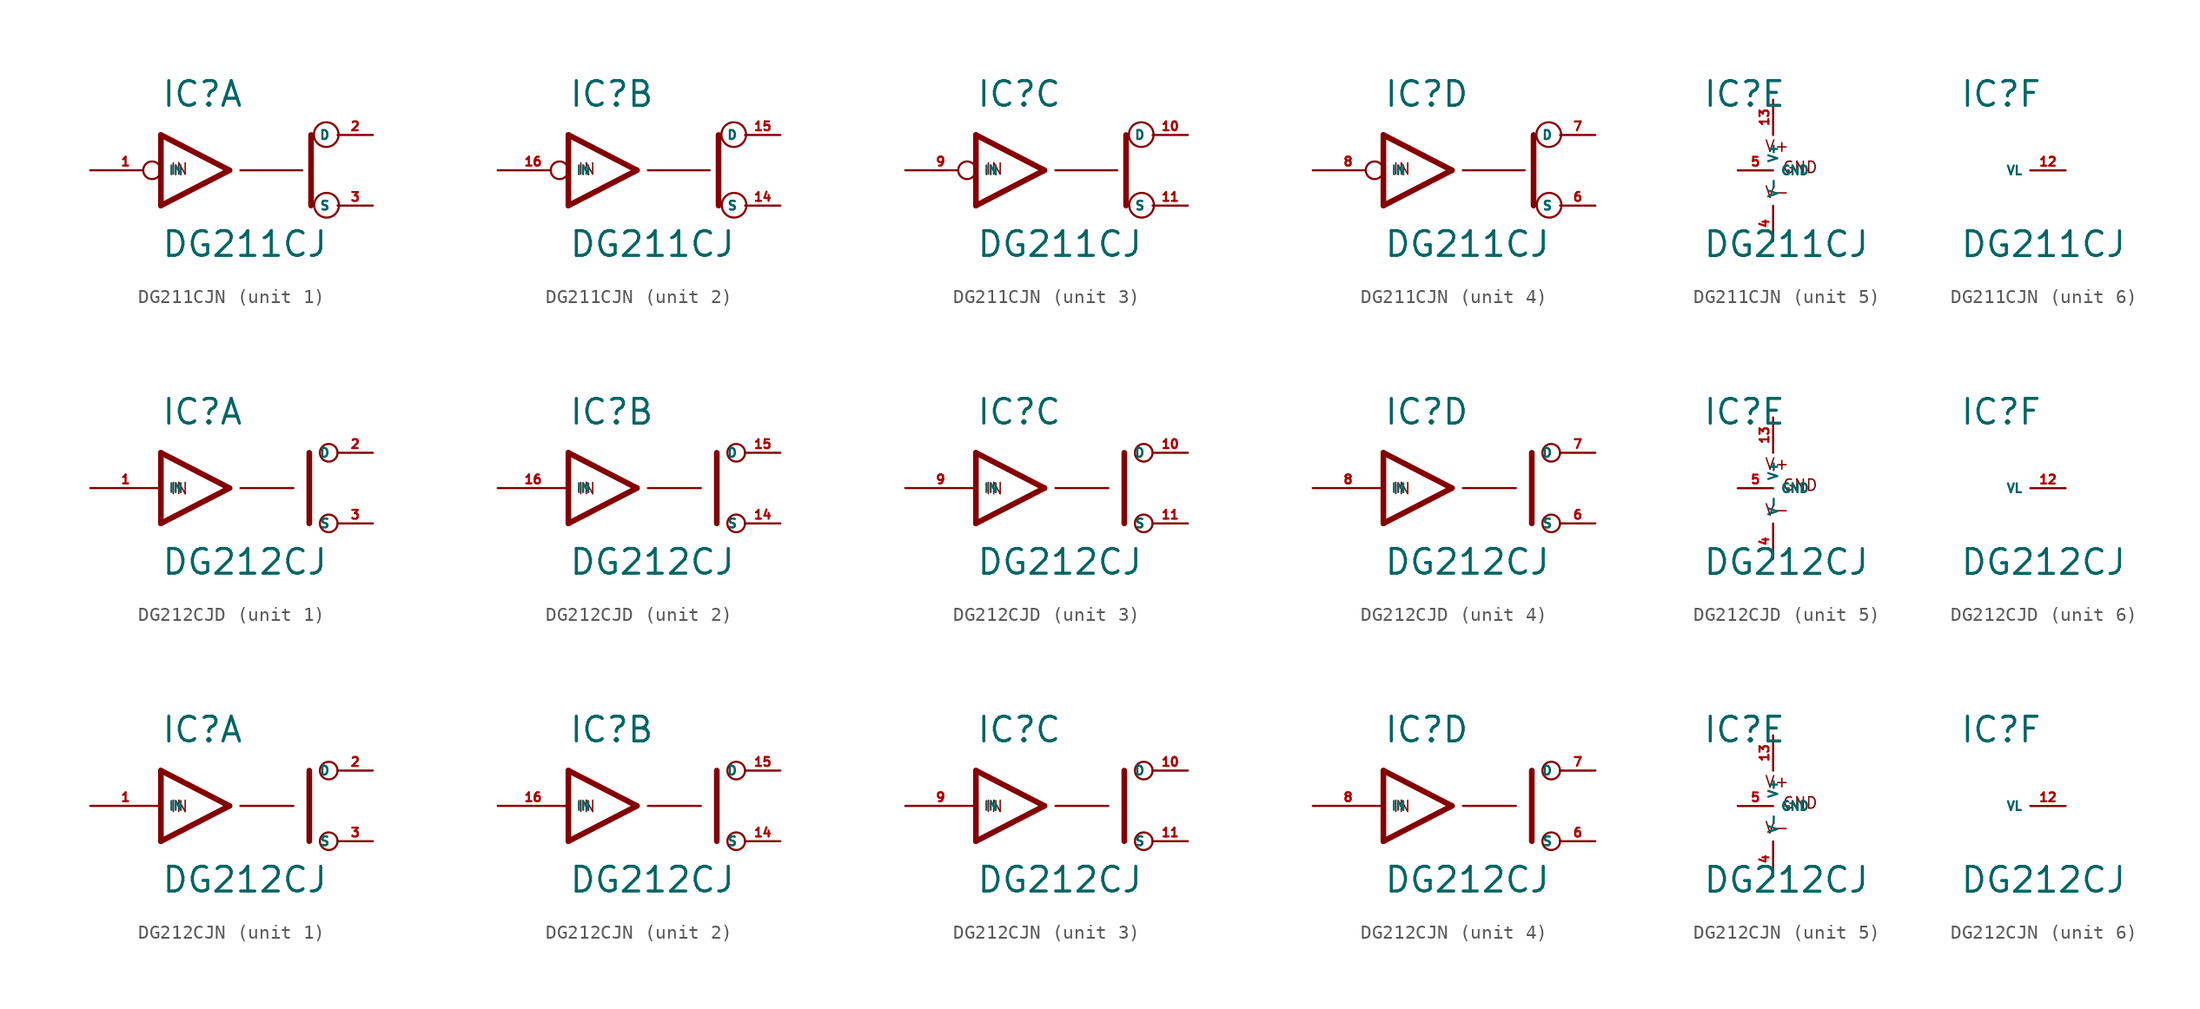
<source format=kicad_sym>
(kicad_symbol_lib
  (version 20220914)
  (generator Eagle2Kicad)
  (symbol "DG211CJN"
    (property "Reference" "IC"
      (at -5.08 4.445 0)
      (effects (font (size 1.778 1.778) (thickness 0.22)) (justify left bottom)))
    (property "Value" "DG211CJ"
      (at -5.08 -6.35 0)
      (effects (font (size 1.778 1.778) (thickness 0.22)) (justify left bottom)))
    (symbol "DG211CJN_1_0"
      (polyline (pts (xy -0.152 0) (xy -5.08 2.54)) (stroke (width 0.406) (type default)) (fill (type none)))
      (polyline (pts (xy -5.08 -2.54) (xy -0.152 0)) (stroke (width 0.406) (type default)) (fill (type none)))
      (polyline (pts (xy -5.08 2.54) (xy -5.08 -2.54)) (stroke (width 0.406) (type default)) (fill (type none)))
      (polyline (pts (xy 5.715 -2.54) (xy 5.715 2.54)) (stroke (width 0.406) (type default)) (fill (type none)))
      (polyline (pts (xy 0.635 0) (xy 5.08 0)) (stroke (width 0.152) (type default)) (fill (type none)))
      (text "IN" (at -4.445 -0.381 0) (effects (font (size 0.813 0.813) (thickness 0.10)) (justify left bottom)))
      (circle (center 6.833 -2.515) (radius 0.889) (stroke (width 0.152) (type default)) (fill (type none)))
      (circle (center 6.807 2.565) (radius 0.889) (stroke (width 0.152) (type default)) (fill (type none)))
      (pin bidirectional line (at 10.16 2.54 180) (length 2.54) (name "D" (effects (font (size 0.635 0.635) (thickness 0.08)) (justify left bottom))) (number "2" (effects (font (size 0.635 0.635) (thickness 0.08)) (justify left bottom))))
      (pin input inverted (at -10.16 0 0) (length 5.08) (name "IN" (effects (font (size 0.635 0.635) (thickness 0.08)) (justify left bottom))) (number "1" (effects (font (size 0.635 0.635) (thickness 0.08)) (justify left bottom))))
      (pin bidirectional line (at 10.16 -2.54 180) (length 2.54) (name "S" (effects (font (size 0.635 0.635) (thickness 0.08)) (justify left bottom))) (number "3" (effects (font (size 0.635 0.635) (thickness 0.08)) (justify left bottom)))))
    (symbol "DG211CJN_2_0"
      (polyline (pts (xy -0.152 0) (xy -5.08 2.54)) (stroke (width 0.406) (type default)) (fill (type none)))
      (polyline (pts (xy -5.08 -2.54) (xy -0.152 0)) (stroke (width 0.406) (type default)) (fill (type none)))
      (polyline (pts (xy -5.08 2.54) (xy -5.08 -2.54)) (stroke (width 0.406) (type default)) (fill (type none)))
      (polyline (pts (xy 5.715 -2.54) (xy 5.715 2.54)) (stroke (width 0.406) (type default)) (fill (type none)))
      (polyline (pts (xy 0.635 0) (xy 5.08 0)) (stroke (width 0.152) (type default)) (fill (type none)))
      (text "IN" (at -4.445 -0.381 0) (effects (font (size 0.813 0.813) (thickness 0.10)) (justify left bottom)))
      (circle (center 6.833 -2.515) (radius 0.889) (stroke (width 0.152) (type default)) (fill (type none)))
      (circle (center 6.807 2.565) (radius 0.889) (stroke (width 0.152) (type default)) (fill (type none)))
      (pin bidirectional line (at 10.16 2.54 180) (length 2.54) (name "D" (effects (font (size 0.635 0.635) (thickness 0.08)) (justify left bottom))) (number "15" (effects (font (size 0.635 0.635) (thickness 0.08)) (justify left bottom))))
      (pin input inverted (at -10.16 0 0) (length 5.08) (name "IN" (effects (font (size 0.635 0.635) (thickness 0.08)) (justify left bottom))) (number "16" (effects (font (size 0.635 0.635) (thickness 0.08)) (justify left bottom))))
      (pin bidirectional line (at 10.16 -2.54 180) (length 2.54) (name "S" (effects (font (size 0.635 0.635) (thickness 0.08)) (justify left bottom))) (number "14" (effects (font (size 0.635 0.635) (thickness 0.08)) (justify left bottom)))))
    (symbol "DG211CJN_3_0"
      (polyline (pts (xy -0.152 0) (xy -5.08 2.54)) (stroke (width 0.406) (type default)) (fill (type none)))
      (polyline (pts (xy -5.08 -2.54) (xy -0.152 0)) (stroke (width 0.406) (type default)) (fill (type none)))
      (polyline (pts (xy -5.08 2.54) (xy -5.08 -2.54)) (stroke (width 0.406) (type default)) (fill (type none)))
      (polyline (pts (xy 5.715 -2.54) (xy 5.715 2.54)) (stroke (width 0.406) (type default)) (fill (type none)))
      (polyline (pts (xy 0.635 0) (xy 5.08 0)) (stroke (width 0.152) (type default)) (fill (type none)))
      (text "IN" (at -4.445 -0.381 0) (effects (font (size 0.813 0.813) (thickness 0.10)) (justify left bottom)))
      (circle (center 6.833 -2.515) (radius 0.889) (stroke (width 0.152) (type default)) (fill (type none)))
      (circle (center 6.807 2.565) (radius 0.889) (stroke (width 0.152) (type default)) (fill (type none)))
      (pin bidirectional line (at 10.16 2.54 180) (length 2.54) (name "D" (effects (font (size 0.635 0.635) (thickness 0.08)) (justify left bottom))) (number "10" (effects (font (size 0.635 0.635) (thickness 0.08)) (justify left bottom))))
      (pin input inverted (at -10.16 0 0) (length 5.08) (name "IN" (effects (font (size 0.635 0.635) (thickness 0.08)) (justify left bottom))) (number "9" (effects (font (size 0.635 0.635) (thickness 0.08)) (justify left bottom))))
      (pin bidirectional line (at 10.16 -2.54 180) (length 2.54) (name "S" (effects (font (size 0.635 0.635) (thickness 0.08)) (justify left bottom))) (number "11" (effects (font (size 0.635 0.635) (thickness 0.08)) (justify left bottom)))))
    (symbol "DG211CJN_4_0"
      (polyline (pts (xy -0.152 0) (xy -5.08 2.54)) (stroke (width 0.406) (type default)) (fill (type none)))
      (polyline (pts (xy -5.08 -2.54) (xy -0.152 0)) (stroke (width 0.406) (type default)) (fill (type none)))
      (polyline (pts (xy -5.08 2.54) (xy -5.08 -2.54)) (stroke (width 0.406) (type default)) (fill (type none)))
      (polyline (pts (xy 5.715 -2.54) (xy 5.715 2.54)) (stroke (width 0.406) (type default)) (fill (type none)))
      (polyline (pts (xy 0.635 0) (xy 5.08 0)) (stroke (width 0.152) (type default)) (fill (type none)))
      (text "IN" (at -4.445 -0.381 0) (effects (font (size 0.813 0.813) (thickness 0.10)) (justify left bottom)))
      (circle (center 6.833 -2.515) (radius 0.889) (stroke (width 0.152) (type default)) (fill (type none)))
      (circle (center 6.807 2.565) (radius 0.889) (stroke (width 0.152) (type default)) (fill (type none)))
      (pin bidirectional line (at 10.16 2.54 180) (length 2.54) (name "D" (effects (font (size 0.635 0.635) (thickness 0.08)) (justify left bottom))) (number "7" (effects (font (size 0.635 0.635) (thickness 0.08)) (justify left bottom))))
      (pin input inverted (at -10.16 0 0) (length 5.08) (name "IN" (effects (font (size 0.635 0.635) (thickness 0.08)) (justify left bottom))) (number "8" (effects (font (size 0.635 0.635) (thickness 0.08)) (justify left bottom))))
      (pin bidirectional line (at 10.16 -2.54 180) (length 2.54) (name "S" (effects (font (size 0.635 0.635) (thickness 0.08)) (justify left bottom))) (number "6" (effects (font (size 0.635 0.635) (thickness 0.08)) (justify left bottom)))))
    (symbol "DG211CJN_5_0"
      (text "V+" (at -0.635 1.27 0) (effects (font (size 0.813 0.813) (thickness 0.10)) (justify left bottom)))
      (text "V-" (at -0.635 -2.032 0) (effects (font (size 0.813 0.813) (thickness 0.10)) (justify left bottom)))
      (text "GND" (at 0.635 -0.254 0) (effects (font (size 0.813 0.813) (thickness 0.10)) (justify left bottom)))
      (pin unspecified line (at 0 5.08 270) (length 2.54) (name "V+" (effects (font (size 0.635 0.635) (thickness 0.08)) (justify left bottom))) (number "13" (effects (font (size 0.635 0.635) (thickness 0.08)) (justify left bottom))))
      (pin unspecified line (at 0 -5.08 90) (length 2.54) (name "V-" (effects (font (size 0.635 0.635) (thickness 0.08)) (justify left bottom))) (number "4" (effects (font (size 0.635 0.635) (thickness 0.08)) (justify left bottom))))
      (pin unspecified line (at -2.54 0 0) (length 2.54) (name "GND" (effects (font (size 0.635 0.635) (thickness 0.08)) (justify left bottom))) (number "5" (effects (font (size 0.635 0.635) (thickness 0.08)) (justify left bottom)))))
    (symbol "DG211CJN_6_0"
      (pin input line (at 2.54 0 180) (length 2.54) (name "VL" (effects (font (size 0.635 0.635) (thickness 0.08)) (justify left bottom))) (number "12" (effects (font (size 0.635 0.635) (thickness 0.08)) (justify left bottom))))))
  (symbol "DG212CJD"
    (property "Reference" "IC"
      (at -5.08 4.445 0)
      (effects (font (size 1.778 1.778) (thickness 0.22)) (justify left bottom)))
    (property "Value" "DG212CJ"
      (at -5.08 -6.35 0)
      (effects (font (size 1.778 1.778) (thickness 0.22)) (justify left bottom)))
    (symbol "DG212CJD_1_0"
      (polyline (pts (xy -0.152 0) (xy -5.08 2.54)) (stroke (width 0.406) (type default)) (fill (type none)))
      (polyline (pts (xy -5.08 -2.54) (xy -0.152 0)) (stroke (width 0.406) (type default)) (fill (type none)))
      (polyline (pts (xy -5.08 2.54) (xy -5.08 -2.54)) (stroke (width 0.406) (type default)) (fill (type none)))
      (polyline (pts (xy 5.588 -2.54) (xy 5.588 2.54)) (stroke (width 0.406) (type default)) (fill (type none)))
      (polyline (pts (xy 0.635 0) (xy 4.445 0)) (stroke (width 0.152) (type default)) (fill (type none)))
      (text "IN" (at -4.445 -0.508 0) (effects (font (size 0.813 0.813) (thickness 0.10)) (justify left bottom)))
      (circle (center 6.985 2.54) (radius 0.635) (stroke (width 0.152) (type default)) (fill (type none)))
      (circle (center 6.985 -2.54) (radius 0.635) (stroke (width 0.152) (type default)) (fill (type none)))
      (pin bidirectional line (at 10.16 2.54 180) (length 2.54) (name "D" (effects (font (size 0.635 0.635) (thickness 0.08)) (justify left bottom))) (number "2" (effects (font (size 0.635 0.635) (thickness 0.08)) (justify left bottom))))
      (pin input line (at -10.16 0 0) (length 5.08) (name "IN" (effects (font (size 0.635 0.635) (thickness 0.08)) (justify left bottom))) (number "1" (effects (font (size 0.635 0.635) (thickness 0.08)) (justify left bottom))))
      (pin bidirectional line (at 10.16 -2.54 180) (length 2.54) (name "S" (effects (font (size 0.635 0.635) (thickness 0.08)) (justify left bottom))) (number "3" (effects (font (size 0.635 0.635) (thickness 0.08)) (justify left bottom)))))
    (symbol "DG212CJD_2_0"
      (polyline (pts (xy -0.152 0) (xy -5.08 2.54)) (stroke (width 0.406) (type default)) (fill (type none)))
      (polyline (pts (xy -5.08 -2.54) (xy -0.152 0)) (stroke (width 0.406) (type default)) (fill (type none)))
      (polyline (pts (xy -5.08 2.54) (xy -5.08 -2.54)) (stroke (width 0.406) (type default)) (fill (type none)))
      (polyline (pts (xy 5.588 -2.54) (xy 5.588 2.54)) (stroke (width 0.406) (type default)) (fill (type none)))
      (polyline (pts (xy 0.635 0) (xy 4.445 0)) (stroke (width 0.152) (type default)) (fill (type none)))
      (text "IN" (at -4.445 -0.508 0) (effects (font (size 0.813 0.813) (thickness 0.10)) (justify left bottom)))
      (circle (center 6.985 2.54) (radius 0.635) (stroke (width 0.152) (type default)) (fill (type none)))
      (circle (center 6.985 -2.54) (radius 0.635) (stroke (width 0.152) (type default)) (fill (type none)))
      (pin bidirectional line (at 10.16 2.54 180) (length 2.54) (name "D" (effects (font (size 0.635 0.635) (thickness 0.08)) (justify left bottom))) (number "15" (effects (font (size 0.635 0.635) (thickness 0.08)) (justify left bottom))))
      (pin input line (at -10.16 0 0) (length 5.08) (name "IN" (effects (font (size 0.635 0.635) (thickness 0.08)) (justify left bottom))) (number "16" (effects (font (size 0.635 0.635) (thickness 0.08)) (justify left bottom))))
      (pin bidirectional line (at 10.16 -2.54 180) (length 2.54) (name "S" (effects (font (size 0.635 0.635) (thickness 0.08)) (justify left bottom))) (number "14" (effects (font (size 0.635 0.635) (thickness 0.08)) (justify left bottom)))))
    (symbol "DG212CJD_3_0"
      (polyline (pts (xy -0.152 0) (xy -5.08 2.54)) (stroke (width 0.406) (type default)) (fill (type none)))
      (polyline (pts (xy -5.08 -2.54) (xy -0.152 0)) (stroke (width 0.406) (type default)) (fill (type none)))
      (polyline (pts (xy -5.08 2.54) (xy -5.08 -2.54)) (stroke (width 0.406) (type default)) (fill (type none)))
      (polyline (pts (xy 5.588 -2.54) (xy 5.588 2.54)) (stroke (width 0.406) (type default)) (fill (type none)))
      (polyline (pts (xy 0.635 0) (xy 4.445 0)) (stroke (width 0.152) (type default)) (fill (type none)))
      (text "IN" (at -4.445 -0.508 0) (effects (font (size 0.813 0.813) (thickness 0.10)) (justify left bottom)))
      (circle (center 6.985 2.54) (radius 0.635) (stroke (width 0.152) (type default)) (fill (type none)))
      (circle (center 6.985 -2.54) (radius 0.635) (stroke (width 0.152) (type default)) (fill (type none)))
      (pin bidirectional line (at 10.16 2.54 180) (length 2.54) (name "D" (effects (font (size 0.635 0.635) (thickness 0.08)) (justify left bottom))) (number "10" (effects (font (size 0.635 0.635) (thickness 0.08)) (justify left bottom))))
      (pin input line (at -10.16 0 0) (length 5.08) (name "IN" (effects (font (size 0.635 0.635) (thickness 0.08)) (justify left bottom))) (number "9" (effects (font (size 0.635 0.635) (thickness 0.08)) (justify left bottom))))
      (pin bidirectional line (at 10.16 -2.54 180) (length 2.54) (name "S" (effects (font (size 0.635 0.635) (thickness 0.08)) (justify left bottom))) (number "11" (effects (font (size 0.635 0.635) (thickness 0.08)) (justify left bottom)))))
    (symbol "DG212CJD_4_0"
      (polyline (pts (xy -0.152 0) (xy -5.08 2.54)) (stroke (width 0.406) (type default)) (fill (type none)))
      (polyline (pts (xy -5.08 -2.54) (xy -0.152 0)) (stroke (width 0.406) (type default)) (fill (type none)))
      (polyline (pts (xy -5.08 2.54) (xy -5.08 -2.54)) (stroke (width 0.406) (type default)) (fill (type none)))
      (polyline (pts (xy 5.588 -2.54) (xy 5.588 2.54)) (stroke (width 0.406) (type default)) (fill (type none)))
      (polyline (pts (xy 0.635 0) (xy 4.445 0)) (stroke (width 0.152) (type default)) (fill (type none)))
      (text "IN" (at -4.445 -0.508 0) (effects (font (size 0.813 0.813) (thickness 0.10)) (justify left bottom)))
      (circle (center 6.985 2.54) (radius 0.635) (stroke (width 0.152) (type default)) (fill (type none)))
      (circle (center 6.985 -2.54) (radius 0.635) (stroke (width 0.152) (type default)) (fill (type none)))
      (pin bidirectional line (at 10.16 2.54 180) (length 2.54) (name "D" (effects (font (size 0.635 0.635) (thickness 0.08)) (justify left bottom))) (number "7" (effects (font (size 0.635 0.635) (thickness 0.08)) (justify left bottom))))
      (pin input line (at -10.16 0 0) (length 5.08) (name "IN" (effects (font (size 0.635 0.635) (thickness 0.08)) (justify left bottom))) (number "8" (effects (font (size 0.635 0.635) (thickness 0.08)) (justify left bottom))))
      (pin bidirectional line (at 10.16 -2.54 180) (length 2.54) (name "S" (effects (font (size 0.635 0.635) (thickness 0.08)) (justify left bottom))) (number "6" (effects (font (size 0.635 0.635) (thickness 0.08)) (justify left bottom)))))
    (symbol "DG212CJD_5_0"
      (text "V+" (at -0.635 1.27 0) (effects (font (size 0.813 0.813) (thickness 0.10)) (justify left bottom)))
      (text "V-" (at -0.635 -2.032 0) (effects (font (size 0.813 0.813) (thickness 0.10)) (justify left bottom)))
      (text "GND" (at 0.635 -0.254 0) (effects (font (size 0.813 0.813) (thickness 0.10)) (justify left bottom)))
      (pin unspecified line (at 0 5.08 270) (length 2.54) (name "V+" (effects (font (size 0.635 0.635) (thickness 0.08)) (justify left bottom))) (number "13" (effects (font (size 0.635 0.635) (thickness 0.08)) (justify left bottom))))
      (pin unspecified line (at 0 -5.08 90) (length 2.54) (name "V-" (effects (font (size 0.635 0.635) (thickness 0.08)) (justify left bottom))) (number "4" (effects (font (size 0.635 0.635) (thickness 0.08)) (justify left bottom))))
      (pin unspecified line (at -2.54 0 0) (length 2.54) (name "GND" (effects (font (size 0.635 0.635) (thickness 0.08)) (justify left bottom))) (number "5" (effects (font (size 0.635 0.635) (thickness 0.08)) (justify left bottom)))))
    (symbol "DG212CJD_6_0"
      (pin input line (at 2.54 0 180) (length 2.54) (name "VL" (effects (font (size 0.635 0.635) (thickness 0.08)) (justify left bottom))) (number "12" (effects (font (size 0.635 0.635) (thickness 0.08)) (justify left bottom))))))
  (symbol "DG212CJN"
    (property "Reference" "IC"
      (at -5.08 4.445 0)
      (effects (font (size 1.778 1.778) (thickness 0.22)) (justify left bottom)))
    (property "Value" "DG212CJ"
      (at -5.08 -6.35 0)
      (effects (font (size 1.778 1.778) (thickness 0.22)) (justify left bottom)))
    (symbol "DG212CJN_1_0"
      (polyline (pts (xy -0.152 0) (xy -5.08 2.54)) (stroke (width 0.406) (type default)) (fill (type none)))
      (polyline (pts (xy -5.08 -2.54) (xy -0.152 0)) (stroke (width 0.406) (type default)) (fill (type none)))
      (polyline (pts (xy -5.08 2.54) (xy -5.08 -2.54)) (stroke (width 0.406) (type default)) (fill (type none)))
      (polyline (pts (xy 5.588 -2.54) (xy 5.588 2.54)) (stroke (width 0.406) (type default)) (fill (type none)))
      (polyline (pts (xy 0.635 0) (xy 4.445 0)) (stroke (width 0.152) (type default)) (fill (type none)))
      (text "IN" (at -4.445 -0.508 0) (effects (font (size 0.813 0.813) (thickness 0.10)) (justify left bottom)))
      (circle (center 6.985 2.54) (radius 0.635) (stroke (width 0.152) (type default)) (fill (type none)))
      (circle (center 6.985 -2.54) (radius 0.635) (stroke (width 0.152) (type default)) (fill (type none)))
      (pin bidirectional line (at 10.16 2.54 180) (length 2.54) (name "D" (effects (font (size 0.635 0.635) (thickness 0.08)) (justify left bottom))) (number "2" (effects (font (size 0.635 0.635) (thickness 0.08)) (justify left bottom))))
      (pin input line (at -10.16 0 0) (length 5.08) (name "IN" (effects (font (size 0.635 0.635) (thickness 0.08)) (justify left bottom))) (number "1" (effects (font (size 0.635 0.635) (thickness 0.08)) (justify left bottom))))
      (pin bidirectional line (at 10.16 -2.54 180) (length 2.54) (name "S" (effects (font (size 0.635 0.635) (thickness 0.08)) (justify left bottom))) (number "3" (effects (font (size 0.635 0.635) (thickness 0.08)) (justify left bottom)))))
    (symbol "DG212CJN_2_0"
      (polyline (pts (xy -0.152 0) (xy -5.08 2.54)) (stroke (width 0.406) (type default)) (fill (type none)))
      (polyline (pts (xy -5.08 -2.54) (xy -0.152 0)) (stroke (width 0.406) (type default)) (fill (type none)))
      (polyline (pts (xy -5.08 2.54) (xy -5.08 -2.54)) (stroke (width 0.406) (type default)) (fill (type none)))
      (polyline (pts (xy 5.588 -2.54) (xy 5.588 2.54)) (stroke (width 0.406) (type default)) (fill (type none)))
      (polyline (pts (xy 0.635 0) (xy 4.445 0)) (stroke (width 0.152) (type default)) (fill (type none)))
      (text "IN" (at -4.445 -0.508 0) (effects (font (size 0.813 0.813) (thickness 0.10)) (justify left bottom)))
      (circle (center 6.985 2.54) (radius 0.635) (stroke (width 0.152) (type default)) (fill (type none)))
      (circle (center 6.985 -2.54) (radius 0.635) (stroke (width 0.152) (type default)) (fill (type none)))
      (pin bidirectional line (at 10.16 2.54 180) (length 2.54) (name "D" (effects (font (size 0.635 0.635) (thickness 0.08)) (justify left bottom))) (number "15" (effects (font (size 0.635 0.635) (thickness 0.08)) (justify left bottom))))
      (pin input line (at -10.16 0 0) (length 5.08) (name "IN" (effects (font (size 0.635 0.635) (thickness 0.08)) (justify left bottom))) (number "16" (effects (font (size 0.635 0.635) (thickness 0.08)) (justify left bottom))))
      (pin bidirectional line (at 10.16 -2.54 180) (length 2.54) (name "S" (effects (font (size 0.635 0.635) (thickness 0.08)) (justify left bottom))) (number "14" (effects (font (size 0.635 0.635) (thickness 0.08)) (justify left bottom)))))
    (symbol "DG212CJN_3_0"
      (polyline (pts (xy -0.152 0) (xy -5.08 2.54)) (stroke (width 0.406) (type default)) (fill (type none)))
      (polyline (pts (xy -5.08 -2.54) (xy -0.152 0)) (stroke (width 0.406) (type default)) (fill (type none)))
      (polyline (pts (xy -5.08 2.54) (xy -5.08 -2.54)) (stroke (width 0.406) (type default)) (fill (type none)))
      (polyline (pts (xy 5.588 -2.54) (xy 5.588 2.54)) (stroke (width 0.406) (type default)) (fill (type none)))
      (polyline (pts (xy 0.635 0) (xy 4.445 0)) (stroke (width 0.152) (type default)) (fill (type none)))
      (text "IN" (at -4.445 -0.508 0) (effects (font (size 0.813 0.813) (thickness 0.10)) (justify left bottom)))
      (circle (center 6.985 2.54) (radius 0.635) (stroke (width 0.152) (type default)) (fill (type none)))
      (circle (center 6.985 -2.54) (radius 0.635) (stroke (width 0.152) (type default)) (fill (type none)))
      (pin bidirectional line (at 10.16 2.54 180) (length 2.54) (name "D" (effects (font (size 0.635 0.635) (thickness 0.08)) (justify left bottom))) (number "10" (effects (font (size 0.635 0.635) (thickness 0.08)) (justify left bottom))))
      (pin input line (at -10.16 0 0) (length 5.08) (name "IN" (effects (font (size 0.635 0.635) (thickness 0.08)) (justify left bottom))) (number "9" (effects (font (size 0.635 0.635) (thickness 0.08)) (justify left bottom))))
      (pin bidirectional line (at 10.16 -2.54 180) (length 2.54) (name "S" (effects (font (size 0.635 0.635) (thickness 0.08)) (justify left bottom))) (number "11" (effects (font (size 0.635 0.635) (thickness 0.08)) (justify left bottom)))))
    (symbol "DG212CJN_4_0"
      (polyline (pts (xy -0.152 0) (xy -5.08 2.54)) (stroke (width 0.406) (type default)) (fill (type none)))
      (polyline (pts (xy -5.08 -2.54) (xy -0.152 0)) (stroke (width 0.406) (type default)) (fill (type none)))
      (polyline (pts (xy -5.08 2.54) (xy -5.08 -2.54)) (stroke (width 0.406) (type default)) (fill (type none)))
      (polyline (pts (xy 5.588 -2.54) (xy 5.588 2.54)) (stroke (width 0.406) (type default)) (fill (type none)))
      (polyline (pts (xy 0.635 0) (xy 4.445 0)) (stroke (width 0.152) (type default)) (fill (type none)))
      (text "IN" (at -4.445 -0.508 0) (effects (font (size 0.813 0.813) (thickness 0.10)) (justify left bottom)))
      (circle (center 6.985 2.54) (radius 0.635) (stroke (width 0.152) (type default)) (fill (type none)))
      (circle (center 6.985 -2.54) (radius 0.635) (stroke (width 0.152) (type default)) (fill (type none)))
      (pin bidirectional line (at 10.16 2.54 180) (length 2.54) (name "D" (effects (font (size 0.635 0.635) (thickness 0.08)) (justify left bottom))) (number "7" (effects (font (size 0.635 0.635) (thickness 0.08)) (justify left bottom))))
      (pin input line (at -10.16 0 0) (length 5.08) (name "IN" (effects (font (size 0.635 0.635) (thickness 0.08)) (justify left bottom))) (number "8" (effects (font (size 0.635 0.635) (thickness 0.08)) (justify left bottom))))
      (pin bidirectional line (at 10.16 -2.54 180) (length 2.54) (name "S" (effects (font (size 0.635 0.635) (thickness 0.08)) (justify left bottom))) (number "6" (effects (font (size 0.635 0.635) (thickness 0.08)) (justify left bottom)))))
    (symbol "DG212CJN_5_0"
      (text "V+" (at -0.635 1.27 0) (effects (font (size 0.813 0.813) (thickness 0.10)) (justify left bottom)))
      (text "V-" (at -0.635 -2.032 0) (effects (font (size 0.813 0.813) (thickness 0.10)) (justify left bottom)))
      (text "GND" (at 0.635 -0.254 0) (effects (font (size 0.813 0.813) (thickness 0.10)) (justify left bottom)))
      (pin unspecified line (at 0 5.08 270) (length 2.54) (name "V+" (effects (font (size 0.635 0.635) (thickness 0.08)) (justify left bottom))) (number "13" (effects (font (size 0.635 0.635) (thickness 0.08)) (justify left bottom))))
      (pin unspecified line (at 0 -5.08 90) (length 2.54) (name "V-" (effects (font (size 0.635 0.635) (thickness 0.08)) (justify left bottom))) (number "4" (effects (font (size 0.635 0.635) (thickness 0.08)) (justify left bottom))))
      (pin unspecified line (at -2.54 0 0) (length 2.54) (name "GND" (effects (font (size 0.635 0.635) (thickness 0.08)) (justify left bottom))) (number "5" (effects (font (size 0.635 0.635) (thickness 0.08)) (justify left bottom)))))
    (symbol "DG212CJN_6_0"
      (pin input line (at 2.54 0 180) (length 2.54) (name "VL" (effects (font (size 0.635 0.635) (thickness 0.08)) (justify left bottom))) (number "12" (effects (font (size 0.635 0.635) (thickness 0.08)) (justify left bottom)))))))
</source>
